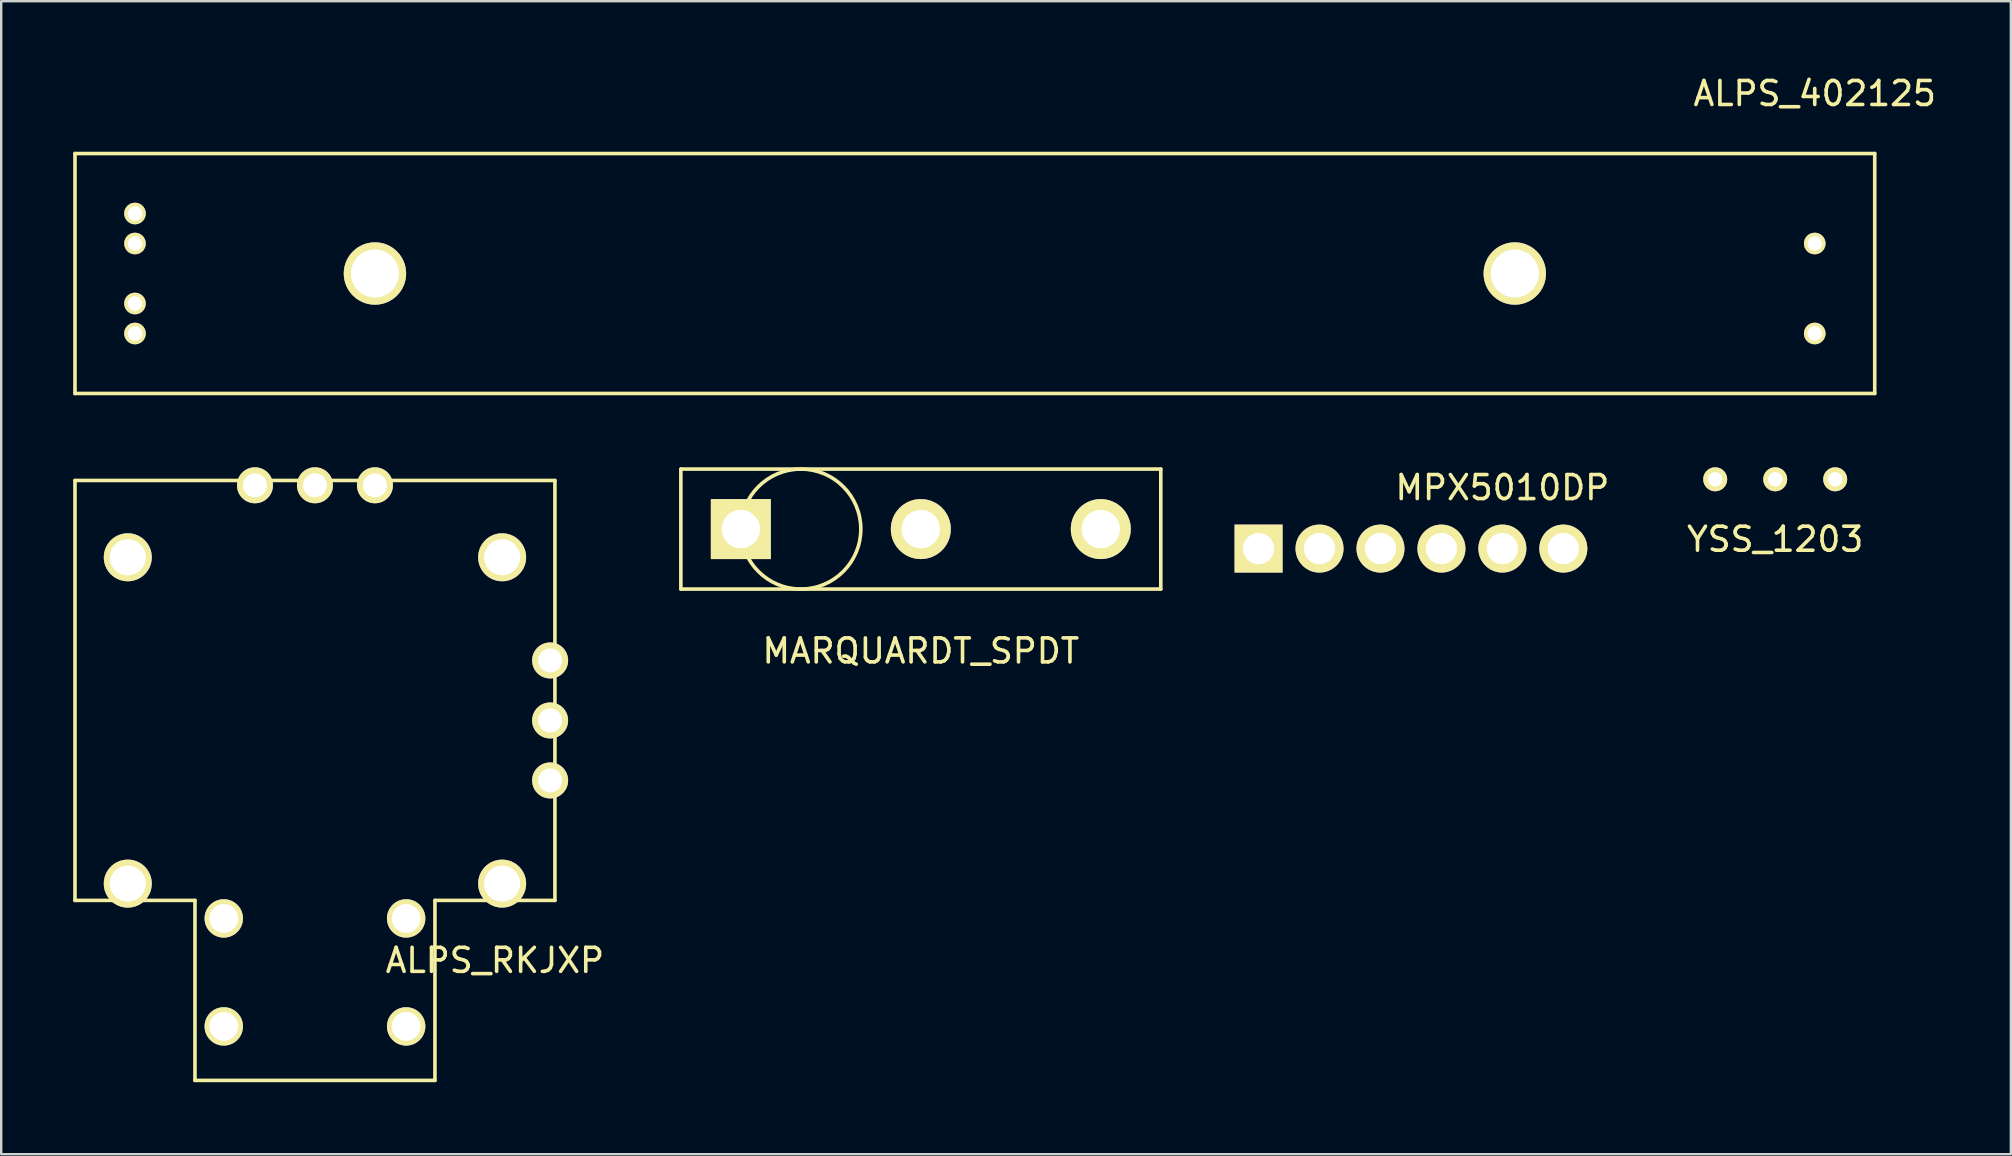
<source format=kicad_pcb>
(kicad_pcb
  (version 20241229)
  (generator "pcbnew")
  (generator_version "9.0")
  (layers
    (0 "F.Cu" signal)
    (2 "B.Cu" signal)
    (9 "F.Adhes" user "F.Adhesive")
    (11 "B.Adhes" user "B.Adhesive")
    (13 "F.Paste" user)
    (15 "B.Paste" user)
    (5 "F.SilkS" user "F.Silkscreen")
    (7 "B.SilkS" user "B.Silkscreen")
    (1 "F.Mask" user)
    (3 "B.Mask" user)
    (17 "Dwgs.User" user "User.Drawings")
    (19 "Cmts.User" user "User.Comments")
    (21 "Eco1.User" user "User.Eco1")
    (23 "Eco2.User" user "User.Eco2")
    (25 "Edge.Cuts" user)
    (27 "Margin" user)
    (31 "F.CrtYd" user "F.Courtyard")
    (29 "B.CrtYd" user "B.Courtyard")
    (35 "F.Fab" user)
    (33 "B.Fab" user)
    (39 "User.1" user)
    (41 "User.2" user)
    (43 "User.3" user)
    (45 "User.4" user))
  (footprint "MPX5010DP"
    (layer "F.Cu")
    (at 55.748 19.811)
    (property "Reference" "MPX5010DP" (at 3.81 -2.54 0) (layer "F.SilkS") (effects (font (size 1 1) (thickness 0.15))))
    (attr through_hole)
    (pad "1" thru_hole rect (at -6.35 0) (size 2 2) (drill 1.3) (layers "*.Cu" "*.Mask" "F.SilkS"))
    (pad "2" thru_hole circle (at -3.81 0) (size 2 2) (drill 1.3) (layers "*.Cu" "*.Mask" "F.SilkS"))
    (pad "3" thru_hole circle (at -1.27 0) (size 2 2) (drill 1.3) (layers "*.Cu" "*.Mask" "F.SilkS"))
    (pad "4" thru_hole circle (at 1.27 0) (size 2 2) (drill 1.3) (layers "*.Cu" "*.Mask" "F.SilkS"))
    (pad "5" thru_hole circle (at 3.81 0) (size 2 2) (drill 1.3) (layers "*.Cu" "*.Mask" "F.SilkS"))
    (pad "6" thru_hole circle (at 6.35 0) (size 2 2) (drill 1.3) (layers "*.Cu" "*.Mask" "F.SilkS")))
  (footprint "MARQUARDT_SPDT"
    (layer "F.Cu")
    (at 35.323 18.998)
    (property "Reference" "MARQUARDT_SPDT" (at 0 5.08 0) (layer "F.SilkS") (effects (font (size 1 1) (thickness 0.15))))
    (attr through_hole)
    (fp_line (start -10 -2.5) (end 10 -2.5) (stroke (width 0.15) (type solid)) (layer "F.SilkS"))
    (fp_line (start -10 2.5) (end -10 -2.5) (stroke (width 0.15) (type solid)) (layer "F.SilkS"))
    (fp_line (start 10 -2.5) (end 10 2.5) (stroke (width 0.15) (type solid)) (layer "F.SilkS"))
    (fp_line (start 10 2.5) (end -10 2.5) (stroke (width 0.15) (type solid)) (layer "F.SilkS"))
    (fp_circle (center -5 0) (end -2.5 0) (stroke (width 0.15) (type solid)) (fill no) (layer "F.SilkS"))
    (pad "1" thru_hole rect (at -7.5 0) (size 2.5 2.5) (drill 1.6) (layers "*.Cu" "*.Mask" "F.SilkS"))
    (pad "2" thru_hole circle (at 7.5 0) (size 2.5 2.5) (drill 1.6) (layers "*.Cu" "*.Mask" "F.SilkS"))
    (pad "3" thru_hole circle (at 0 0) (size 2.5 2.5) (drill 1.6) (layers "*.Cu" "*.Mask" "F.SilkS")))
  (footprint "YSS_1203"
    (layer "F.Cu")
    (at 70.927 16.923)
    (property "Reference" "YSS_1203" (at 0 2.5 0) (layer "F.SilkS") (effects (font (size 1 1) (thickness 0.15))))
    (attr through_hole)
    (pad "1" thru_hole circle (at -2.5 0) (size 1 1) (drill 0.6) (layers "*.Cu" "*.Mask" "F.SilkS"))
    (pad "2" thru_hole circle (at 0 0) (size 1 1) (drill 0.6) (layers "*.Cu" "*.Mask" "F.SilkS"))
    (pad "3" thru_hole circle (at 2.5 0) (size 1 1) (drill 0.6) (layers "*.Cu" "*.Mask" "F.SilkS")))
  (footprint "ALPS_402125"
    (layer "F.Cu")
    (at 37.575 8.348)
    (property "Reference" "ALPS_402125" (at 35 -7.5 0) (layer "F.SilkS") (effects (font (size 1 1) (thickness 0.15))))
    (attr through_hole)
    (fp_line (start -37.5 -5) (end 37.5 -5) (stroke (width 0.15) (type solid)) (layer "F.SilkS"))
    (fp_line (start -37.5 5) (end -37.5 -5) (stroke (width 0.15) (type solid)) (layer "F.SilkS"))
    (fp_line (start 37.5 -5) (end 37.5 5) (stroke (width 0.15) (type solid)) (layer "F.SilkS"))
    (fp_line (start 37.5 5) (end -37.5 5) (stroke (width 0.15) (type solid)) (layer "F.SilkS"))
    (pad "" thru_hole circle (at -35 1.25) (size 0.9 0.9) (drill 0.6) (layers "*.Cu" "*.Mask" "F.SilkS"))
    (pad "" thru_hole circle (at -35 2.5) (size 0.9 0.9) (drill 0.6) (layers "*.Cu" "*.Mask" "F.SilkS"))
    (pad "" thru_hole circle (at -25 0) (size 2.6 2.6) (drill 2) (layers "*.Cu" "*.Mask" "F.SilkS"))
    (pad "" thru_hole circle (at 22.5 0) (size 2.6 2.6) (drill 2) (layers "*.Cu" "*.Mask" "F.SilkS"))
    (pad "" thru_hole circle (at 35 2.5) (size 0.9 0.9) (drill 0.6) (layers "*.Cu" "*.Mask" "F.SilkS"))
    (pad "1" thru_hole circle (at -35 -1.25) (size 0.9 0.9) (drill 0.6) (layers "*.Cu" "*.Mask" "F.SilkS"))
    (pad "2" thru_hole circle (at -35 -2.5) (size 0.9 0.9) (drill 0.6) (layers "*.Cu" "*.Mask" "F.SilkS"))
    (pad "3" thru_hole circle (at 35 -1.25) (size 0.9 0.9) (drill 0.6) (layers "*.Cu" "*.Mask" "F.SilkS")))
  (footprint "ALPS_RKJXP"
    (layer "F.Cu")
    (at 10.075 26.973)
    (property "Reference" "ALPS_RKJXP" (at 7.5 10 0) (layer "F.SilkS") (effects (font (size 1 1) (thickness 0.15))))
    (attr through_hole)
    (fp_line (start -10 -10) (end -10 7.5) (stroke (width 0.15) (type solid)) (layer "F.SilkS"))
    (fp_line (start -10 7.5) (end -5 7.5) (stroke (width 0.15) (type solid)) (layer "F.SilkS"))
    (fp_line (start -5 7.5) (end -5 15) (stroke (width 0.15) (type solid)) (layer "F.SilkS"))
    (fp_line (start -5 15) (end 5 15) (stroke (width 0.15) (type solid)) (layer "F.SilkS"))
    (fp_line (start 5 7.5) (end 10 7.5) (stroke (width 0.15) (type solid)) (layer "F.SilkS"))
    (fp_line (start 5 15) (end 5 7.5) (stroke (width 0.15) (type solid)) (layer "F.SilkS"))
    (fp_line (start 10 -10) (end -10 -10) (stroke (width 0.15) (type solid)) (layer "F.SilkS"))
    (fp_line (start 10 7.5) (end 10 -10) (stroke (width 0.15) (type solid)) (layer "F.SilkS"))
    (pad "" thru_hole circle (at -7.8 -6.8) (size 2 2) (drill 1.5) (layers "*.Cu" "*.Mask" "F.SilkS"))
    (pad "" thru_hole circle (at -7.8 6.8) (size 2 2) (drill 1.5) (layers "*.Cu" "*.Mask" "F.SilkS"))
    (pad "" thru_hole circle (at -3.8 8.25) (size 1.6 1.6) (drill 1.2) (layers "*.Cu" "*.Mask" "F.SilkS"))
    (pad "" thru_hole circle (at 3.8 12.75) (size 1.6 1.6) (drill 1.2) (layers "*.Cu" "*.Mask" "F.SilkS"))
    (pad "" thru_hole circle (at 7.8 -6.8) (size 2 2) (drill 1.5) (layers "*.Cu" "*.Mask" "F.SilkS"))
    (pad "" thru_hole circle (at 7.8 6.8) (size 2 2) (drill 1.5) (layers "*.Cu" "*.Mask" "F.SilkS"))
    (pad "1" thru_hole circle (at 2.5 -9.8) (size 1.5 1.5) (drill 1) (layers "*.Cu" "*.Mask" "F.SilkS"))
    (pad "2" thru_hole circle (at 0 -9.8) (size 1.5 1.5) (drill 1) (layers "*.Cu" "*.Mask" "F.SilkS"))
    (pad "3" thru_hole circle (at -2.5 -9.8) (size 1.5 1.5) (drill 1) (layers "*.Cu" "*.Mask" "F.SilkS"))
    (pad "4" thru_hole circle (at 9.8 2.5) (size 1.5 1.5) (drill 1) (layers "*.Cu" "*.Mask" "F.SilkS"))
    (pad "5" thru_hole circle (at 9.8 0) (size 1.5 1.5) (drill 1) (layers "*.Cu" "*.Mask" "F.SilkS"))
    (pad "6" thru_hole circle (at 9.8 -2.5) (size 1.5 1.5) (drill 1) (layers "*.Cu" "*.Mask" "F.SilkS"))
    (pad "7" thru_hole circle (at 3.8 8.25) (size 1.6 1.6) (drill 1.2) (layers "*.Cu" "*.Mask" "F.SilkS"))
    (pad "8" thru_hole circle (at -3.8 12.75) (size 1.6 1.6) (drill 1.2) (layers "*.Cu" "*.Mask" "F.SilkS")))
  (gr_rect
    (start -3 -3)
    (end 80.748 45.048)
    (stroke (width 0.1) (type default))
    (fill no)
    (layer "Edge.Cuts")))
</source>
